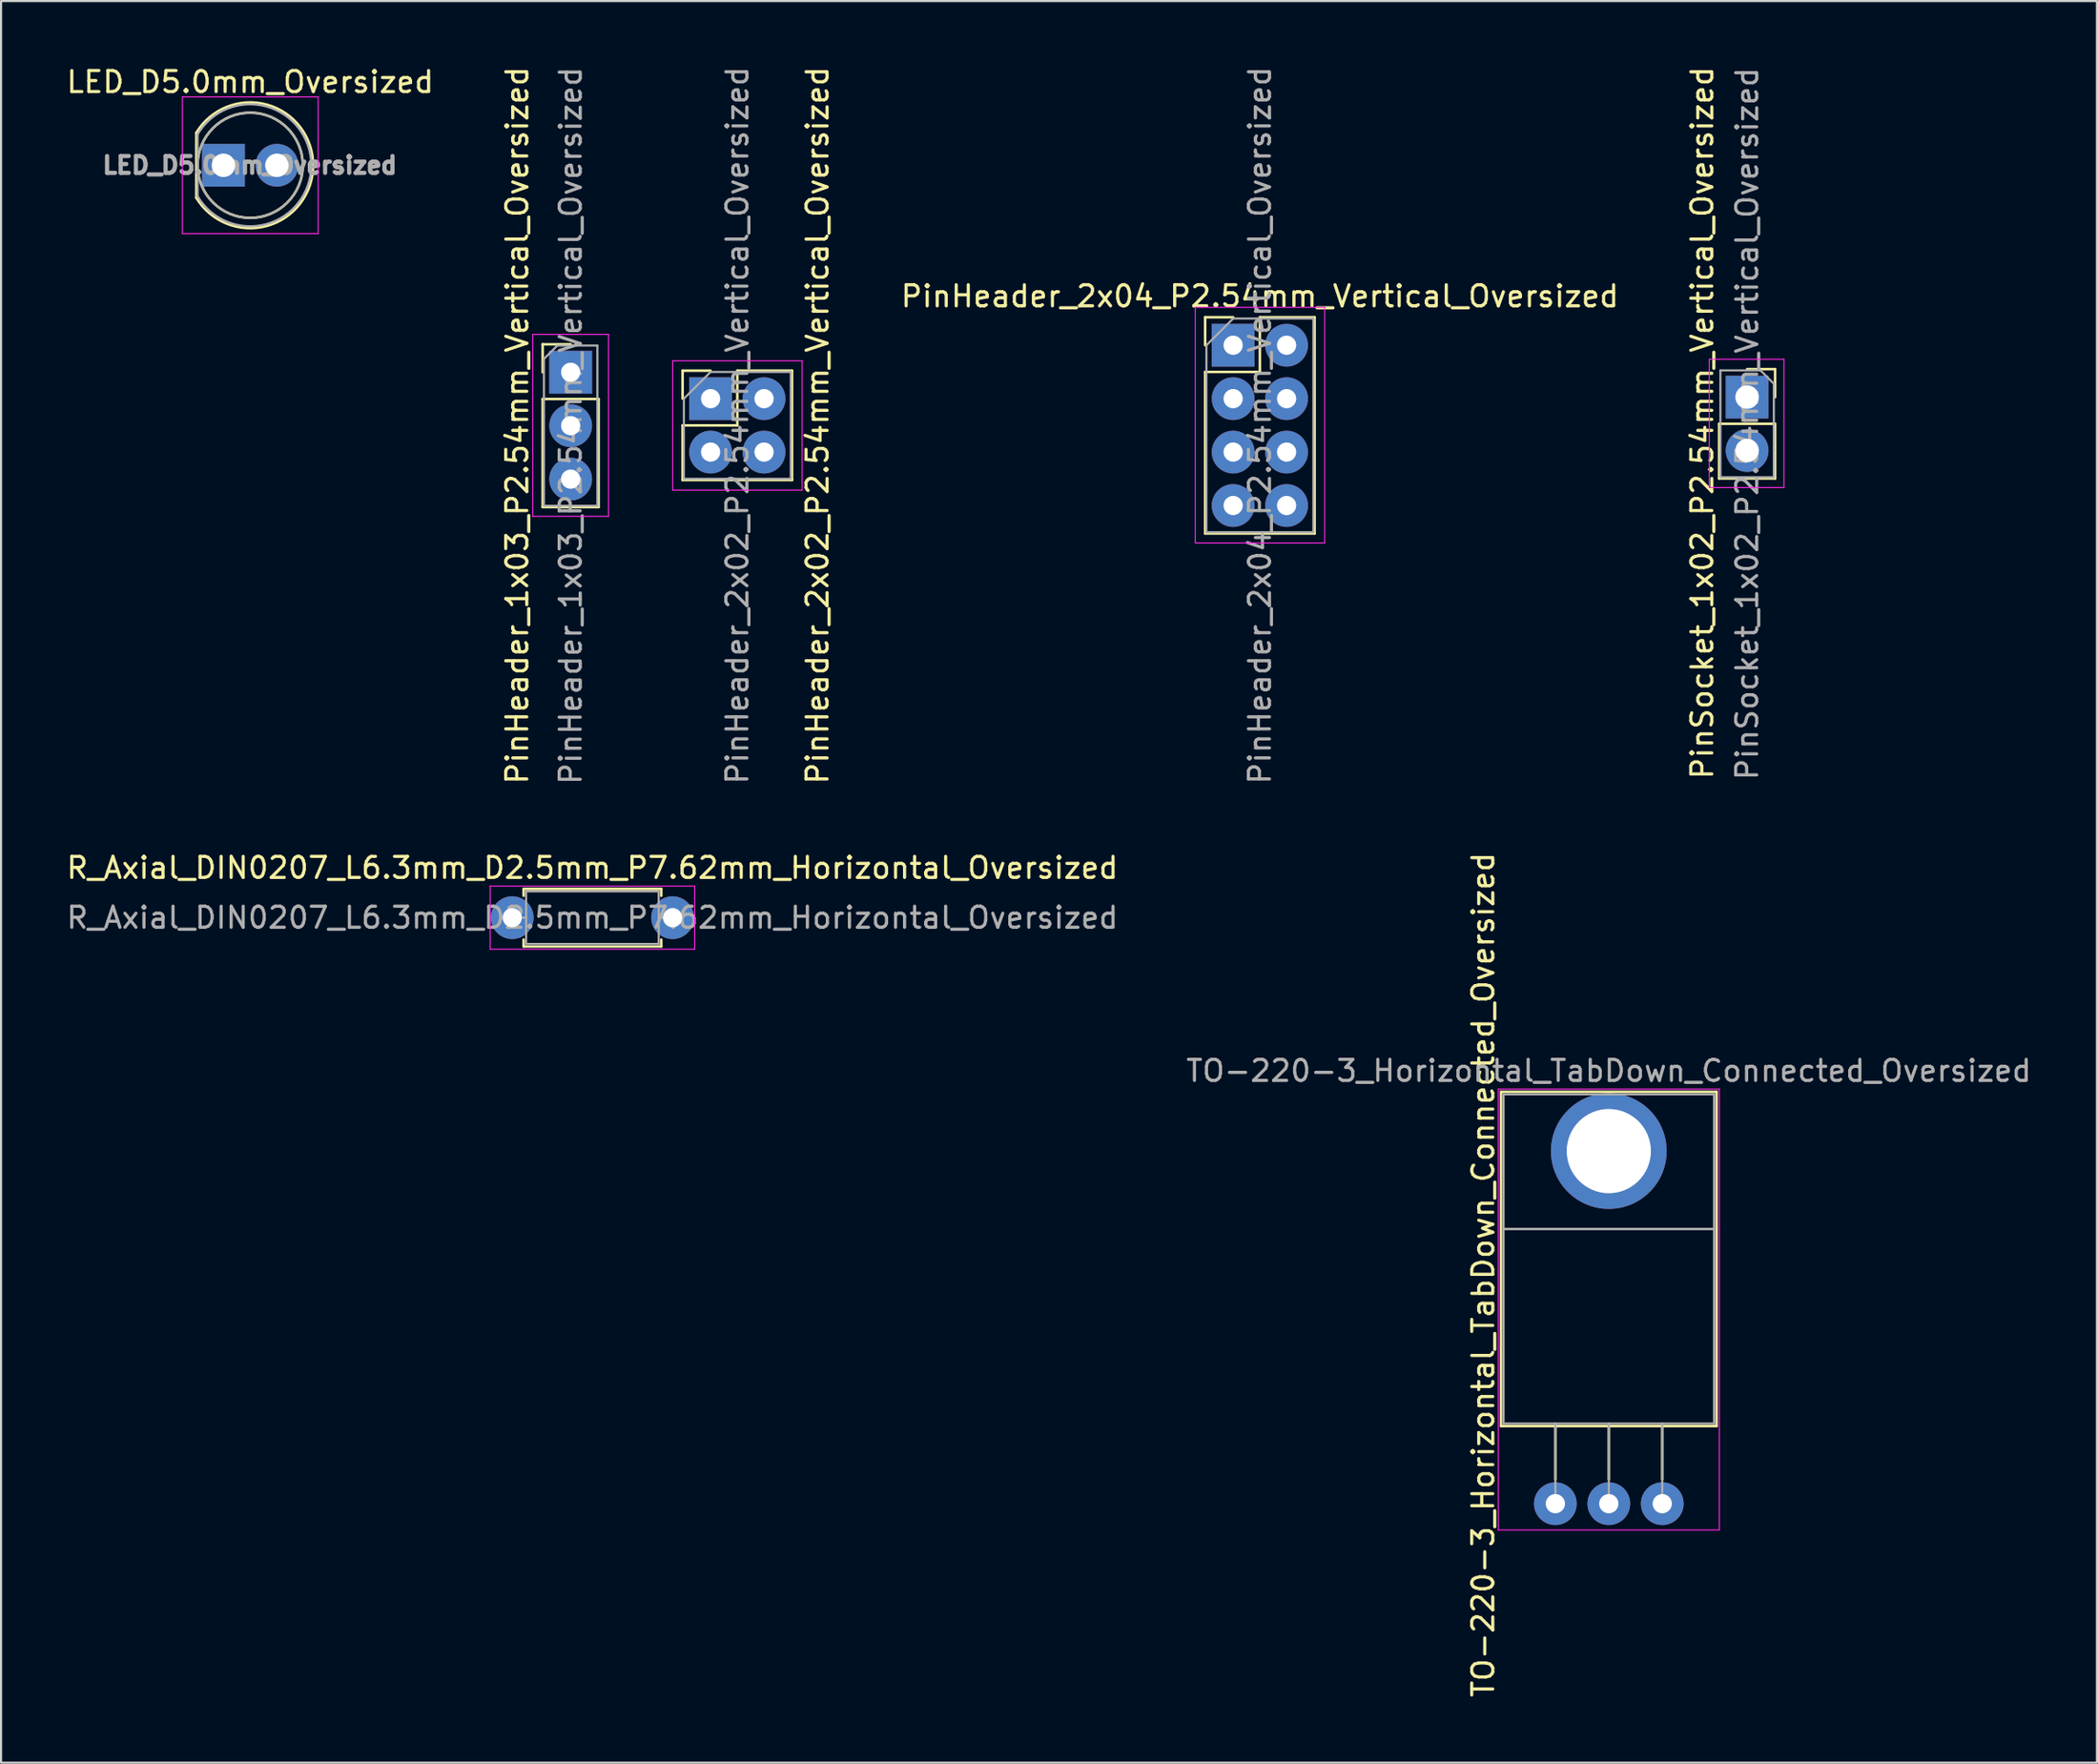
<source format=kicad_pcb>
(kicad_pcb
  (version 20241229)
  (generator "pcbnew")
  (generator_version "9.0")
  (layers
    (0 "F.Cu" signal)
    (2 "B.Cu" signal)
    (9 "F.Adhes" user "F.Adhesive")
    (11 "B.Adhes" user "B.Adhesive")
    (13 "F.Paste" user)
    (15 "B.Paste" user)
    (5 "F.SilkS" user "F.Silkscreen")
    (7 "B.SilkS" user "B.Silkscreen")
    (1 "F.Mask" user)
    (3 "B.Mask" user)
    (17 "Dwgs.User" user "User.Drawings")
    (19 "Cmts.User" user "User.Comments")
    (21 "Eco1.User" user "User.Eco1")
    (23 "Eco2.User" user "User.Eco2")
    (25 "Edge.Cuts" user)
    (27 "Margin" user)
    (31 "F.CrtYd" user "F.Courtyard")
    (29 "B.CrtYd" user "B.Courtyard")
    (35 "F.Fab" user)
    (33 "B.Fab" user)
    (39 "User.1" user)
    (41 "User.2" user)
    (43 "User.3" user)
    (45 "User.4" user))
  (footprint "TO-220-3_Horizontal_TabDown_Connected_Oversized"
    (layer "F.Cu")
    (at 70.859 68.438)
    (property "Reference" "TO-220-3_Horizontal_TabDown_Connected_Oversized" (at -3.429 -10.881 90) (layer "F.SilkS") (effects (font (size 1 1) (thickness 0.15))))
    (attr through_hole)
    (fp_line (start -2.58 -19.58) (end -2.58 -3.69) (stroke (width 0.12) (type solid)) (layer "F.SilkS"))
    (fp_line (start -2.58 -19.58) (end 7.66 -19.58) (stroke (width 0.12) (type solid)) (layer "F.SilkS"))
    (fp_line (start -2.58 -3.69) (end 7.66 -3.69) (stroke (width 0.12) (type solid)) (layer "F.SilkS"))
    (fp_line (start 0 -3.69) (end 0 -1.15) (stroke (width 0.12) (type solid)) (layer "F.SilkS"))
    (fp_line (start 2.54 -3.69) (end 2.54 -1.15) (stroke (width 0.12) (type solid)) (layer "F.SilkS"))
    (fp_line (start 5.08 -3.69) (end 5.08 -1.15) (stroke (width 0.12) (type solid)) (layer "F.SilkS"))
    (fp_line (start 7.66 -19.58) (end 7.66 -3.69) (stroke (width 0.12) (type solid)) (layer "F.SilkS"))
    (fp_line (start -2.71 -19.71) (end -2.71 1.25) (stroke (width 0.05) (type solid)) (layer "F.CrtYd"))
    (fp_line (start -2.71 1.25) (end 7.79 1.25) (stroke (width 0.05) (type solid)) (layer "F.CrtYd"))
    (fp_line (start 7.79 -19.71) (end -2.71 -19.71) (stroke (width 0.05) (type solid)) (layer "F.CrtYd"))
    (fp_line (start 7.79 1.25) (end 7.79 -19.71) (stroke (width 0.05) (type solid)) (layer "F.CrtYd"))
    (fp_line (start -2.46 -19.46) (end 7.54 -19.46) (stroke (width 0.1) (type solid)) (layer "F.Fab"))
    (fp_line (start -2.46 -13.06) (end -2.46 -19.46) (stroke (width 0.1) (type solid)) (layer "F.Fab"))
    (fp_line (start -2.46 -13.06) (end 7.54 -13.06) (stroke (width 0.1) (type solid)) (layer "F.Fab"))
    (fp_line (start -2.46 -3.81) (end -2.46 -13.06) (stroke (width 0.1) (type solid)) (layer "F.Fab"))
    (fp_line (start 0 -3.81) (end 0 0) (stroke (width 0.1) (type solid)) (layer "F.Fab"))
    (fp_line (start 2.54 -3.81) (end 2.54 0) (stroke (width 0.1) (type solid)) (layer "F.Fab"))
    (fp_line (start 5.08 -3.81) (end 5.08 0) (stroke (width 0.1) (type solid)) (layer "F.Fab"))
    (fp_line (start 7.54 -19.46) (end 7.54 -13.06) (stroke (width 0.1) (type solid)) (layer "F.Fab"))
    (fp_line (start 7.54 -13.06) (end -2.46 -13.06) (stroke (width 0.1) (type solid)) (layer "F.Fab"))
    (fp_line (start 7.54 -13.06) (end 7.54 -3.81) (stroke (width 0.1) (type solid)) (layer "F.Fab"))
    (fp_line (start 7.54 -3.81) (end -2.46 -3.81) (stroke (width 0.1) (type solid)) (layer "F.Fab"))
    (fp_circle (center 2.54 -16.66) (end 4.39 -16.66) (stroke (width 0.1) (type solid)) (fill no) (layer "F.Fab"))
    (fp_text user "${REFERENCE}" (at 2.54 -20.58 0) (layer "F.Fab") (effects (font (size 1 1) (thickness 0.15))))
    (pad "1" thru_hole circle (at 0 0) (size 2.032 2.032) (drill 0.914) (layers "*.Cu" "*.Mask"))
    (pad "2" thru_hole circle (at 2.54 0) (size 2.032 2.032) (drill 0.914) (layers "*.Cu" "*.Mask"))
    (pad "3" thru_hole circle (at 5.08 0) (size 2.032 2.032) (drill 0.914) (layers "*.Cu" "*.Mask"))
    (pad "4" thru_hole circle (at 2.54 -16.764) (size 5.5 5.5) (drill 4) (property pad_prop_heatsink) (layers "*.Cu" "*.Mask")))
  (footprint "PinSocket_1x02_P2.54mm_Vertical_Oversized"
    (layer "F.Cu")
    (at 79.972 15.829)
    (property "Reference" "PinSocket_1x02_P2.54mm_Vertical_Oversized" (at -2.133 1.225 90) (layer "F.SilkS") (effects (font (size 1 1) (thickness 0.15))))
    (attr through_hole)
    (fp_line (start -1.33 1.27) (end -1.33 3.87) (stroke (width 0.12) (type solid)) (layer "F.SilkS"))
    (fp_line (start -1.33 1.27) (end 1.33 1.27) (stroke (width 0.12) (type solid)) (layer "F.SilkS"))
    (fp_line (start -1.33 3.87) (end 1.33 3.87) (stroke (width 0.12) (type solid)) (layer "F.SilkS"))
    (fp_line (start 0 -1.33) (end 1.33 -1.33) (stroke (width 0.12) (type solid)) (layer "F.SilkS"))
    (fp_line (start 1.33 -1.33) (end 1.33 0) (stroke (width 0.12) (type solid)) (layer "F.SilkS"))
    (fp_line (start 1.33 1.27) (end 1.33 3.87) (stroke (width 0.12) (type solid)) (layer "F.SilkS"))
    (fp_line (start -1.8 -1.8) (end 1.75 -1.8) (stroke (width 0.05) (type solid)) (layer "F.CrtYd"))
    (fp_line (start -1.8 4.3) (end -1.8 -1.8) (stroke (width 0.05) (type solid)) (layer "F.CrtYd"))
    (fp_line (start 1.75 -1.8) (end 1.75 4.3) (stroke (width 0.05) (type solid)) (layer "F.CrtYd"))
    (fp_line (start 1.75 4.3) (end -1.8 4.3) (stroke (width 0.05) (type solid)) (layer "F.CrtYd"))
    (fp_line (start -1.27 -1.27) (end 0.635 -1.27) (stroke (width 0.1) (type solid)) (layer "F.Fab"))
    (fp_line (start -1.27 3.81) (end -1.27 -1.27) (stroke (width 0.1) (type solid)) (layer "F.Fab"))
    (fp_line (start 0.635 -1.27) (end 1.27 -0.635) (stroke (width 0.1) (type solid)) (layer "F.Fab"))
    (fp_line (start 1.27 -0.635) (end 1.27 3.81) (stroke (width 0.1) (type solid)) (layer "F.Fab"))
    (fp_line (start 1.27 3.81) (end -1.27 3.81) (stroke (width 0.1) (type solid)) (layer "F.Fab"))
    (fp_text user "${REFERENCE}" (at 0 1.27 90) (layer "F.Fab") (effects (font (size 1 1) (thickness 0.15))))
    (pad "1" thru_hole rect (at 0 0) (size 2.032 2.032) (drill 1.118) (layers "*.Cu" "*.Mask"))
    (pad "2" thru_hole oval (at 0 2.54) (size 2.032 2.032) (drill 1.118) (layers "*.Cu" "*.Mask")))
  (footprint "R_Axial_DIN0207_L6.3mm_D2.5mm_P7.62mm_Horizontal_Oversized"
    (layer "F.Cu")
    (at 21.291 40.578)
    (property "Reference" "R_Axial_DIN0207_L6.3mm_D2.5mm_P7.62mm_Horizontal_Oversized" (at 3.81 -2.37 0) (layer "F.SilkS") (effects (font (size 1 1) (thickness 0.15))))
    (attr through_hole)
    (fp_line (start 0.54 -1.37) (end 7.08 -1.37) (stroke (width 0.12) (type solid)) (layer "F.SilkS"))
    (fp_line (start 0.54 -1.04) (end 0.54 -1.37) (stroke (width 0.12) (type solid)) (layer "F.SilkS"))
    (fp_line (start 0.54 1.04) (end 0.54 1.37) (stroke (width 0.12) (type solid)) (layer "F.SilkS"))
    (fp_line (start 0.54 1.37) (end 7.08 1.37) (stroke (width 0.12) (type solid)) (layer "F.SilkS"))
    (fp_line (start 7.08 -1.37) (end 7.08 -1.04) (stroke (width 0.12) (type solid)) (layer "F.SilkS"))
    (fp_line (start 7.08 1.37) (end 7.08 1.04) (stroke (width 0.12) (type solid)) (layer "F.SilkS"))
    (fp_line (start -1.05 -1.5) (end -1.05 1.5) (stroke (width 0.05) (type solid)) (layer "F.CrtYd"))
    (fp_line (start -1.05 1.5) (end 8.67 1.5) (stroke (width 0.05) (type solid)) (layer "F.CrtYd"))
    (fp_line (start 8.67 -1.5) (end -1.05 -1.5) (stroke (width 0.05) (type solid)) (layer "F.CrtYd"))
    (fp_line (start 8.67 1.5) (end 8.67 -1.5) (stroke (width 0.05) (type solid)) (layer "F.CrtYd"))
    (fp_line (start 0 0) (end 0.66 0) (stroke (width 0.1) (type solid)) (layer "F.Fab"))
    (fp_line (start 0.66 -1.25) (end 0.66 1.25) (stroke (width 0.1) (type solid)) (layer "F.Fab"))
    (fp_line (start 0.66 1.25) (end 6.96 1.25) (stroke (width 0.1) (type solid)) (layer "F.Fab"))
    (fp_line (start 6.96 -1.25) (end 0.66 -1.25) (stroke (width 0.1) (type solid)) (layer "F.Fab"))
    (fp_line (start 6.96 1.25) (end 6.96 -1.25) (stroke (width 0.1) (type solid)) (layer "F.Fab"))
    (fp_line (start 7.62 0) (end 6.96 0) (stroke (width 0.1) (type solid)) (layer "F.Fab"))
    (fp_text user "${REFERENCE}" (at 3.81 0 0) (layer "F.Fab") (effects (font (size 1 1) (thickness 0.15))))
    (pad "1" thru_hole circle (at 0 0) (size 2.032 2.032) (drill 0.914) (layers "*.Cu" "*.Mask"))
    (pad "2" thru_hole oval (at 7.62 0) (size 2.032 2.032) (drill 0.914) (layers "*.Cu" "*.Mask")))
  (footprint "PinHeader_1x03_P2.54mm_Vertical_Oversized"
    (layer "F.Cu")
    (at 24.067 14.648)
    (property "Reference" "PinHeader_1x03_P2.54mm_Vertical_Oversized" (at -2.54 2.525 270) (layer "F.SilkS") (effects (font (size 1 1) (thickness 0.15))))
    (attr through_hole)
    (fp_line (start -1.33 -1.33) (end 0 -1.33) (stroke (width 0.12) (type solid)) (layer "F.SilkS"))
    (fp_line (start -1.33 0) (end -1.33 -1.33) (stroke (width 0.12) (type solid)) (layer "F.SilkS"))
    (fp_line (start -1.33 1.27) (end -1.33 6.41) (stroke (width 0.12) (type solid)) (layer "F.SilkS"))
    (fp_line (start -1.33 1.27) (end 1.33 1.27) (stroke (width 0.12) (type solid)) (layer "F.SilkS"))
    (fp_line (start -1.33 6.41) (end 1.33 6.41) (stroke (width 0.12) (type solid)) (layer "F.SilkS"))
    (fp_line (start 1.33 1.27) (end 1.33 6.41) (stroke (width 0.12) (type solid)) (layer "F.SilkS"))
    (fp_line (start -1.8 -1.8) (end -1.8 6.85) (stroke (width 0.05) (type solid)) (layer "F.CrtYd"))
    (fp_line (start -1.8 6.85) (end 1.8 6.85) (stroke (width 0.05) (type solid)) (layer "F.CrtYd"))
    (fp_line (start 1.8 -1.8) (end -1.8 -1.8) (stroke (width 0.05) (type solid)) (layer "F.CrtYd"))
    (fp_line (start 1.8 6.85) (end 1.8 -1.8) (stroke (width 0.05) (type solid)) (layer "F.CrtYd"))
    (fp_line (start -1.27 -0.635) (end -0.635 -1.27) (stroke (width 0.1) (type solid)) (layer "F.Fab"))
    (fp_line (start -1.27 6.35) (end -1.27 -0.635) (stroke (width 0.1) (type solid)) (layer "F.Fab"))
    (fp_line (start -0.635 -1.27) (end 1.27 -1.27) (stroke (width 0.1) (type solid)) (layer "F.Fab"))
    (fp_line (start 1.27 -1.27) (end 1.27 6.35) (stroke (width 0.1) (type solid)) (layer "F.Fab"))
    (fp_line (start 1.27 6.35) (end -1.27 6.35) (stroke (width 0.1) (type solid)) (layer "F.Fab"))
    (fp_text user "${REFERENCE}" (at 0 2.54 270) (layer "F.Fab") (effects (font (size 1 1) (thickness 0.15))))
    (pad "1" thru_hole rect (at 0 0) (size 2.032 2.032) (drill 0.914) (layers "*.Cu" "*.Mask"))
    (pad "2" thru_hole oval (at 0 2.54) (size 2.032 2.032) (drill 0.914) (layers "*.Cu" "*.Mask"))
    (pad "3" thru_hole oval (at 0 5.08) (size 2.032 2.032) (drill 0.914) (layers "*.Cu" "*.Mask")))
  (footprint "PinHeader_2x02_P2.54mm_Vertical_Oversized"
    (layer "F.Cu")
    (at 30.717 15.903)
    (property "Reference" "PinHeader_2x02_P2.54mm_Vertical_Oversized" (at 5.08 1.27 90) (layer "F.SilkS") (effects (font (size 1 1) (thickness 0.15))))
    (attr through_hole)
    (fp_line (start -1.33 -1.33) (end 0 -1.33) (stroke (width 0.12) (type solid)) (layer "F.SilkS"))
    (fp_line (start -1.33 0) (end -1.33 -1.33) (stroke (width 0.12) (type solid)) (layer "F.SilkS"))
    (fp_line (start -1.33 1.27) (end -1.33 3.87) (stroke (width 0.12) (type solid)) (layer "F.SilkS"))
    (fp_line (start -1.33 1.27) (end 1.27 1.27) (stroke (width 0.12) (type solid)) (layer "F.SilkS"))
    (fp_line (start -1.33 3.87) (end 3.87 3.87) (stroke (width 0.12) (type solid)) (layer "F.SilkS"))
    (fp_line (start 1.27 -1.33) (end 3.87 -1.33) (stroke (width 0.12) (type solid)) (layer "F.SilkS"))
    (fp_line (start 1.27 1.27) (end 1.27 -1.33) (stroke (width 0.12) (type solid)) (layer "F.SilkS"))
    (fp_line (start 3.87 -1.33) (end 3.87 3.87) (stroke (width 0.12) (type solid)) (layer "F.SilkS"))
    (fp_line (start -1.8 -1.8) (end -1.8 4.35) (stroke (width 0.05) (type solid)) (layer "F.CrtYd"))
    (fp_line (start -1.8 4.35) (end 4.35 4.35) (stroke (width 0.05) (type solid)) (layer "F.CrtYd"))
    (fp_line (start 4.35 -1.8) (end -1.8 -1.8) (stroke (width 0.05) (type solid)) (layer "F.CrtYd"))
    (fp_line (start 4.35 4.35) (end 4.35 -1.8) (stroke (width 0.05) (type solid)) (layer "F.CrtYd"))
    (fp_line (start -1.27 0) (end 0 -1.27) (stroke (width 0.1) (type solid)) (layer "F.Fab"))
    (fp_line (start -1.27 3.81) (end -1.27 0) (stroke (width 0.1) (type solid)) (layer "F.Fab"))
    (fp_line (start 0 -1.27) (end 3.81 -1.27) (stroke (width 0.1) (type solid)) (layer "F.Fab"))
    (fp_line (start 3.81 -1.27) (end 3.81 3.81) (stroke (width 0.1) (type solid)) (layer "F.Fab"))
    (fp_line (start 3.81 3.81) (end -1.27 3.81) (stroke (width 0.1) (type solid)) (layer "F.Fab"))
    (fp_text user "${REFERENCE}" (at 1.27 1.27 90) (layer "F.Fab") (effects (font (size 1 1) (thickness 0.15))))
    (pad "1" thru_hole rect (at 0 0) (size 2.032 2.032) (drill 0.914) (layers "*.Cu" "*.Mask"))
    (pad "2" thru_hole oval (at 2.54 0) (size 2.032 2.032) (drill 0.914) (layers "*.Cu" "*.Mask"))
    (pad "3" thru_hole oval (at 0 2.54) (size 2.032 2.032) (drill 0.914) (layers "*.Cu" "*.Mask"))
    (pad "4" thru_hole oval (at 2.54 2.54) (size 2.032 2.032) (drill 0.914) (layers "*.Cu" "*.Mask")))
  (footprint "LED_D5.0mm_Oversized"
    (layer "F.Cu")
    (at 7.569 4.808)
    (property "Reference" "LED_D5.0mm_Oversized" (at 1.27 -3.96 0) (layer "F.SilkS") (effects (font (size 1 1) (thickness 0.15))))
    (attr through_hole)
    (fp_line (start -1.29 -1.545) (end -1.29 1.545) (stroke (width 0.12) (type solid)) (layer "F.SilkS"))
    (fp_arc (start -1.29 -1.54483) (mid 2.072002 -2.880433) (end 4.26 0.000462) (stroke (width 0.12) (type solid)) (layer "F.SilkS"))
    (fp_arc (start 4.26 -0.000462) (mid 2.072002 2.880433) (end -1.29 1.54483) (stroke (width 0.12) (type solid)) (layer "F.SilkS"))
    (fp_circle (center 1.27 0) (end 3.77 0) (stroke (width 0.12) (type solid)) (fill no) (layer "F.SilkS"))
    (fp_line (start -1.95 -3.25) (end -1.95 3.25) (stroke (width 0.05) (type solid)) (layer "F.CrtYd"))
    (fp_line (start -1.95 3.25) (end 4.5 3.25) (stroke (width 0.05) (type solid)) (layer "F.CrtYd"))
    (fp_line (start 4.5 -3.25) (end -1.95 -3.25) (stroke (width 0.05) (type solid)) (layer "F.CrtYd"))
    (fp_line (start 4.5 3.25) (end 4.5 -3.25) (stroke (width 0.05) (type solid)) (layer "F.CrtYd"))
    (fp_line (start -1.23 -1.47) (end -1.23 1.47) (stroke (width 0.1) (type solid)) (layer "F.Fab"))
    (fp_arc (start -1.23 -1.469694) (mid 4.17 0.000016) (end -1.230016 1.469666) (stroke (width 0.1) (type solid)) (layer "F.Fab"))
    (fp_circle (center 1.27 0) (end 3.77 0) (stroke (width 0.1) (type solid)) (fill no) (layer "F.Fab"))
    (fp_text user "${REFERENCE}" (at 1.25 0 0) (layer "F.Fab") (effects (font (size 0.8 0.8) (thickness 0.2))))
    (pad "1" thru_hole rect (at 0 0) (size 2.032 2.032) (drill 1.118) (layers "*.Cu" "*.Mask"))
    (pad "2" thru_hole circle (at 2.54 0) (size 2.032 2.032) (drill 1.118) (layers "*.Cu" "*.Mask")))
  (footprint "PinHeader_2x04_P2.54mm_Vertical_Oversized"
    (layer "F.Cu")
    (at 55.548 13.363)
    (property "Reference" "PinHeader_2x04_P2.54mm_Vertical_Oversized" (at 1.27 -2.33 180) (layer "F.SilkS") (effects (font (size 1 1) (thickness 0.15))))
    (attr through_hole)
    (fp_line (start -1.33 -1.33) (end 0 -1.33) (stroke (width 0.12) (type solid)) (layer "F.SilkS"))
    (fp_line (start -1.33 0) (end -1.33 -1.33) (stroke (width 0.12) (type solid)) (layer "F.SilkS"))
    (fp_line (start -1.33 1.27) (end -1.33 8.95) (stroke (width 0.12) (type solid)) (layer "F.SilkS"))
    (fp_line (start -1.33 1.27) (end 1.27 1.27) (stroke (width 0.12) (type solid)) (layer "F.SilkS"))
    (fp_line (start -1.33 8.95) (end 3.87 8.95) (stroke (width 0.12) (type solid)) (layer "F.SilkS"))
    (fp_line (start 1.27 -1.33) (end 3.87 -1.33) (stroke (width 0.12) (type solid)) (layer "F.SilkS"))
    (fp_line (start 1.27 1.27) (end 1.27 -1.33) (stroke (width 0.12) (type solid)) (layer "F.SilkS"))
    (fp_line (start 3.87 -1.33) (end 3.87 8.95) (stroke (width 0.12) (type solid)) (layer "F.SilkS"))
    (fp_line (start -1.8 -1.8) (end -1.8 9.4) (stroke (width 0.05) (type solid)) (layer "F.CrtYd"))
    (fp_line (start -1.8 9.4) (end 4.35 9.4) (stroke (width 0.05) (type solid)) (layer "F.CrtYd"))
    (fp_line (start 4.35 -1.8) (end -1.8 -1.8) (stroke (width 0.05) (type solid)) (layer "F.CrtYd"))
    (fp_line (start 4.35 9.4) (end 4.35 -1.8) (stroke (width 0.05) (type solid)) (layer "F.CrtYd"))
    (fp_line (start -1.27 0) (end 0 -1.27) (stroke (width 0.1) (type solid)) (layer "F.Fab"))
    (fp_line (start -1.27 8.89) (end -1.27 0) (stroke (width 0.1) (type solid)) (layer "F.Fab"))
    (fp_line (start 0 -1.27) (end 3.81 -1.27) (stroke (width 0.1) (type solid)) (layer "F.Fab"))
    (fp_line (start 3.81 -1.27) (end 3.81 8.89) (stroke (width 0.1) (type solid)) (layer "F.Fab"))
    (fp_line (start 3.81 8.89) (end -1.27 8.89) (stroke (width 0.1) (type solid)) (layer "F.Fab"))
    (fp_text user "${REFERENCE}" (at 1.27 3.81 90) (layer "F.Fab") (effects (font (size 1 1) (thickness 0.15))))
    (pad "1" thru_hole rect (at 0 0) (size 2.032 2.032) (drill 0.914) (layers "*.Cu" "*.Mask"))
    (pad "2" thru_hole oval (at 2.54 0) (size 2.032 2.032) (drill 0.914) (layers "*.Cu" "*.Mask"))
    (pad "3" thru_hole oval (at 0 2.54) (size 2.032 2.032) (drill 0.914) (layers "*.Cu" "*.Mask"))
    (pad "4" thru_hole oval (at 2.54 2.54) (size 2.032 2.032) (drill 0.914) (layers "*.Cu" "*.Mask"))
    (pad "5" thru_hole oval (at 0 5.08) (size 2.032 2.032) (drill 0.914) (layers "*.Cu" "*.Mask"))
    (pad "6" thru_hole oval (at 2.54 5.08) (size 2.032 2.032) (drill 0.914) (layers "*.Cu" "*.Mask"))
    (pad "7" thru_hole oval (at 0 7.62) (size 2.032 2.032) (drill 0.914) (layers "*.Cu" "*.Mask"))
    (pad "8" thru_hole oval (at 2.54 7.62) (size 2.032 2.032) (drill 0.914) (layers "*.Cu" "*.Mask")))
  (gr_rect
    (start -3 -3)
    (end 96.595 80.753)
    (stroke (width 0.1) (type default))
    (fill no)
    (layer "Edge.Cuts")))
</source>
